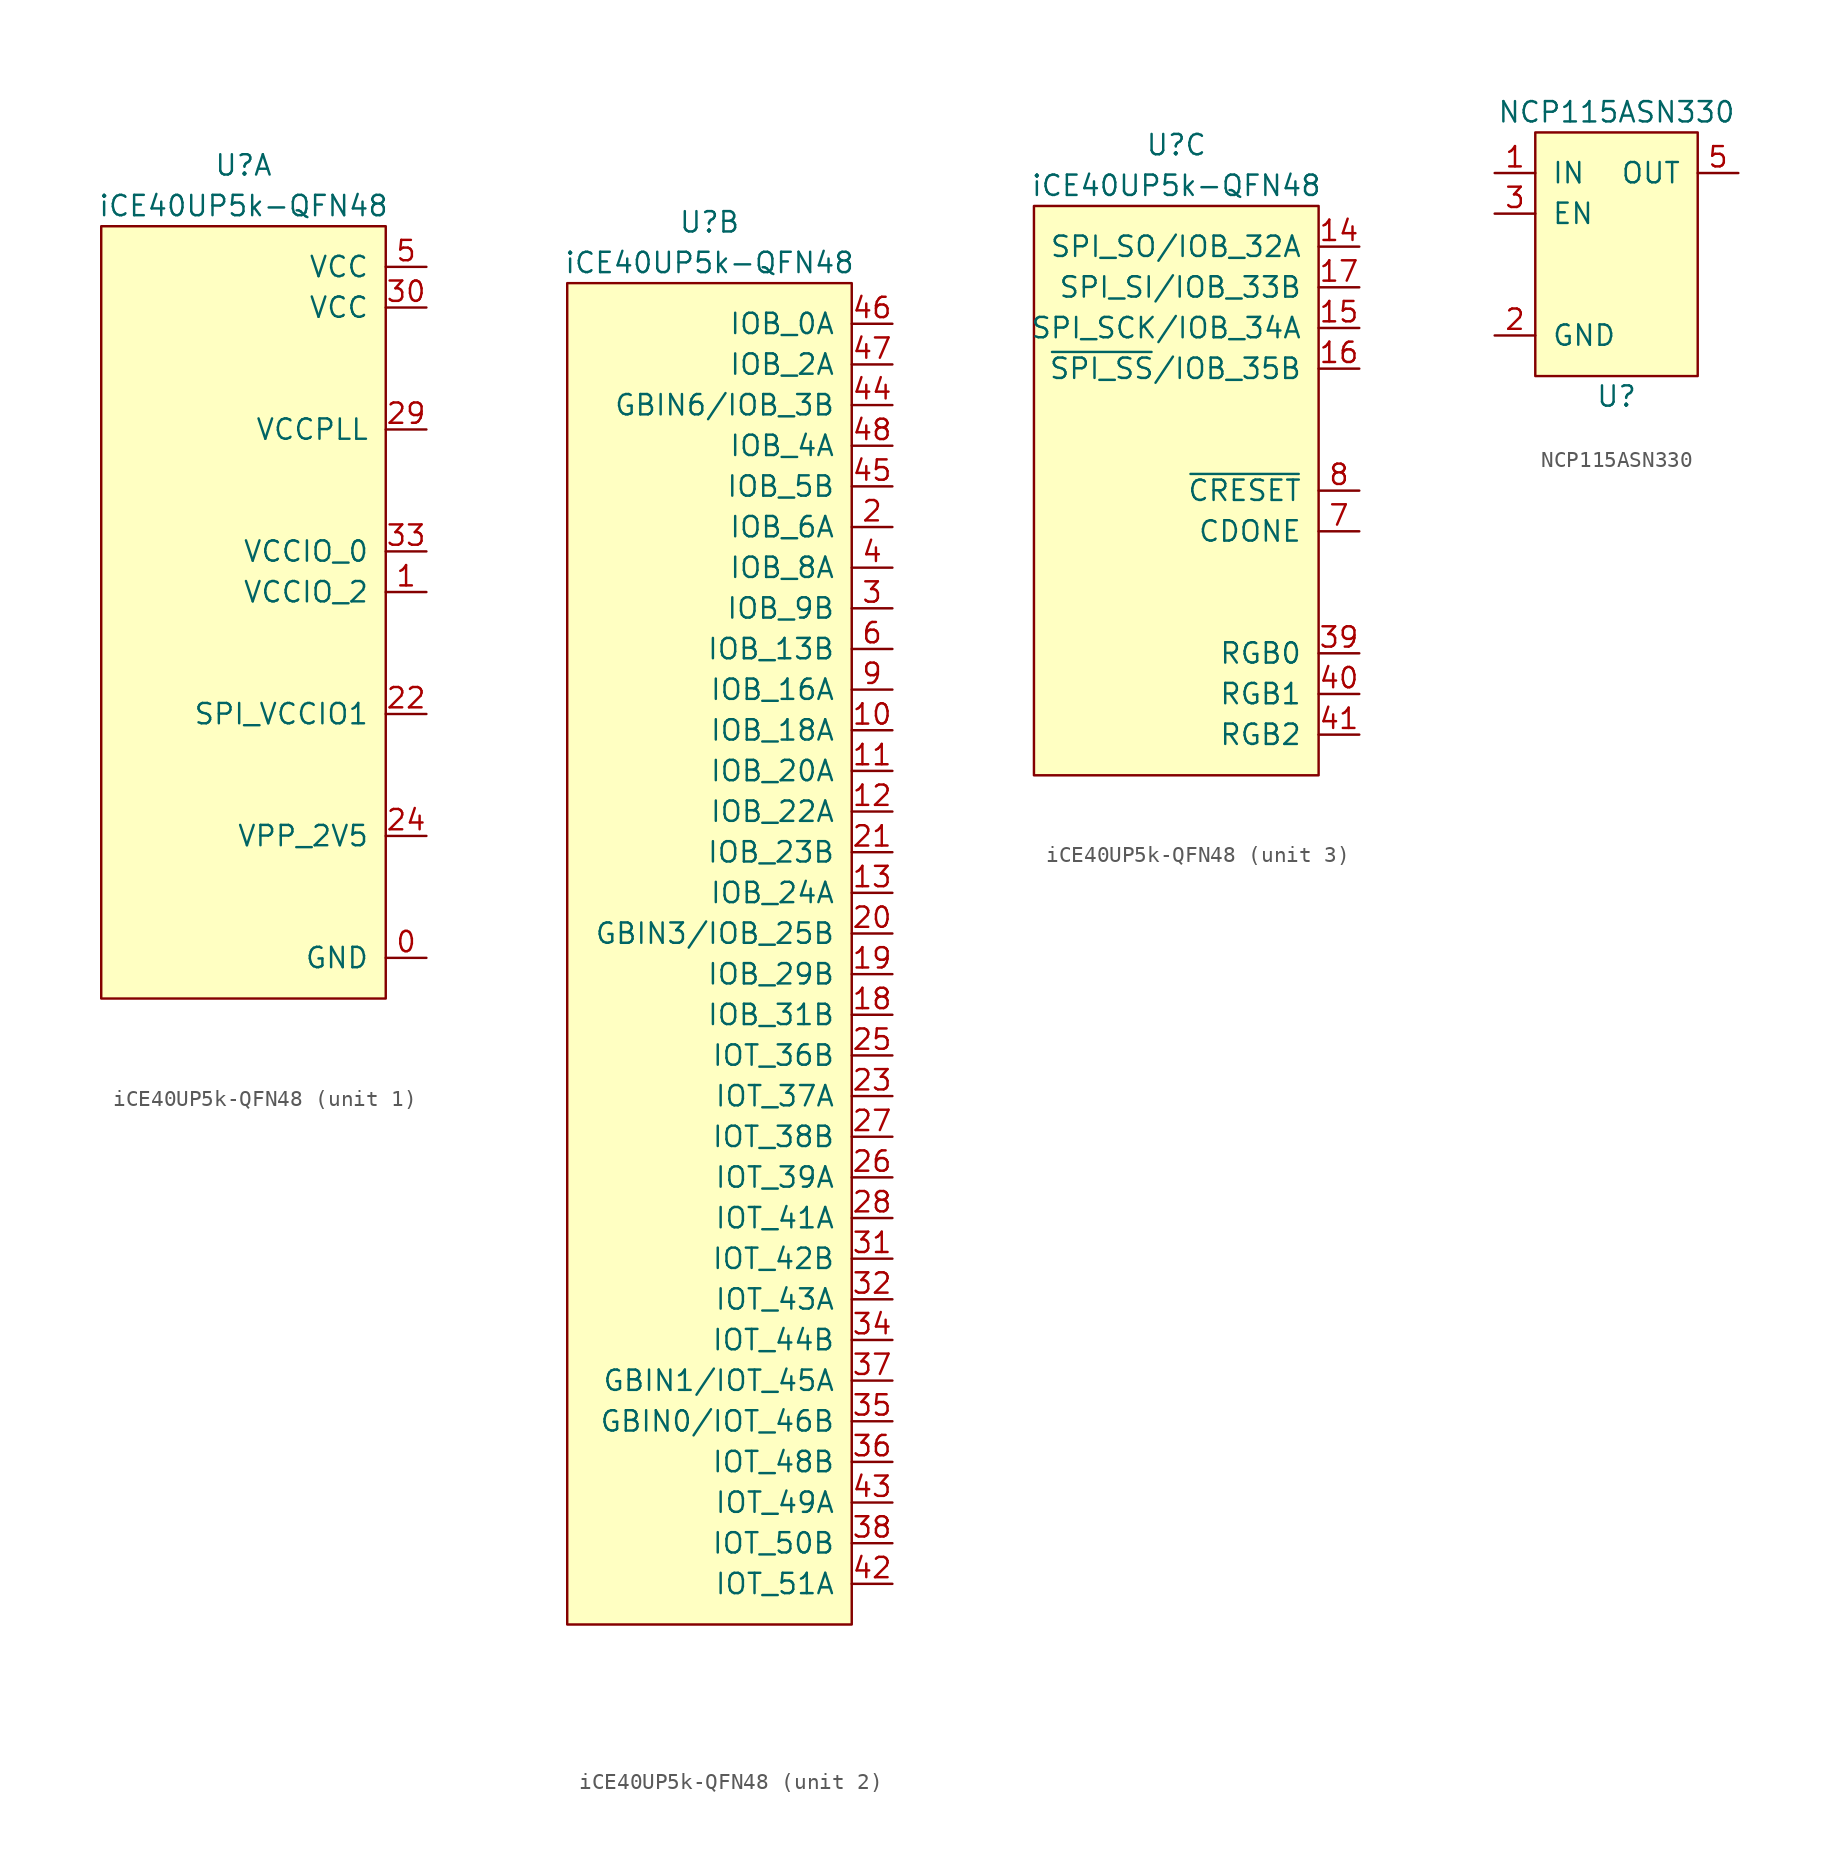
<source format=kicad_sym>
(kicad_symbol_lib
  (version 20231120)
  (generator "kicad_symbol_editor")
  (generator_version "8.0")
  (symbol "iCE40UP5k-QFN48"
    (pin_names
      (offset 1.016))
    (property "Reference" "U"
      (at 0 3.81 0)
      (effects (font (size 1.27 1.27))))
    (property "Value" "iCE40UP5k-QFN48"
      (at 0 1.27 0)
      (effects (font (size 1.27 1.27))))
    (property "ki_locked" ""
      (at 0 0 0)
      (effects (font (size 1.27 1.27))))
    (symbol "iCE40UP5k-QFN48_1_1"
      (rectangle (start -8.89 0) (end 8.89 -48.26) (stroke (width 0) (type solid)) (fill (type background)))
      (pin passive line (at 11.43 -45.72 180) (length 2.54) (name "GND" (effects (font (size 1.27 1.27)))) (number "0" (effects (font (size 1.27 1.27)))))
      (pin power_in line (at 11.43 -22.86 180) (length 2.54) (name "VCCIO_2" (effects (font (size 1.27 1.27)))) (number "1" (effects (font (size 1.27 1.27)))))
      (pin power_in line (at 11.43 -30.48 180) (length 2.54) (name "SPI_VCCIO1" (effects (font (size 1.27 1.27)))) (number "22" (effects (font (size 1.27 1.27)))))
      (pin power_in line (at 11.43 -38.1 180) (length 2.54) (name "VPP_2V5" (effects (font (size 1.27 1.27)))) (number "24" (effects (font (size 1.27 1.27)))))
      (pin power_in line (at 11.43 -12.7 180) (length 2.54) (name "VCCPLL" (effects (font (size 1.27 1.27)))) (number "29" (effects (font (size 1.27 1.27)))))
      (pin power_in line (at 11.43 -5.08 180) (length 2.54) (name "VCC" (effects (font (size 1.27 1.27)))) (number "30" (effects (font (size 1.27 1.27)))))
      (pin power_in line (at 11.43 -20.32 180) (length 2.54) (name "VCCIO_0" (effects (font (size 1.27 1.27)))) (number "33" (effects (font (size 1.27 1.27)))))
      (pin power_in line (at 11.43 -2.54 180) (length 2.54) (name "VCC" (effects (font (size 1.27 1.27)))) (number "5" (effects (font (size 1.27 1.27))))))
    (symbol "iCE40UP5k-QFN48_2_1"
      (rectangle (start -8.89 0) (end 8.89 -83.82) (stroke (width 0) (type solid)) (fill (type background)))
      (pin bidirectional line (at 11.43 -27.94 180) (length 2.54) (name "IOB_18A" (effects (font (size 1.27 1.27)))) (number "10" (effects (font (size 1.27 1.27)))))
      (pin bidirectional line (at 11.43 -30.48 180) (length 2.54) (name "IOB_20A" (effects (font (size 1.27 1.27)))) (number "11" (effects (font (size 1.27 1.27)))))
      (pin bidirectional line (at 11.43 -33.02 180) (length 2.54) (name "IOB_22A" (effects (font (size 1.27 1.27)))) (number "12" (effects (font (size 1.27 1.27)))))
      (pin bidirectional line (at 11.43 -38.1 180) (length 2.54) (name "IOB_24A" (effects (font (size 1.27 1.27)))) (number "13" (effects (font (size 1.27 1.27)))))
      (pin bidirectional line (at 11.43 -45.72 180) (length 2.54) (name "IOB_31B" (effects (font (size 1.27 1.27)))) (number "18" (effects (font (size 1.27 1.27)))))
      (pin bidirectional line (at 11.43 -43.18 180) (length 2.54) (name "IOB_29B" (effects (font (size 1.27 1.27)))) (number "19" (effects (font (size 1.27 1.27)))))
      (pin bidirectional line (at 11.43 -15.24 180) (length 2.54) (name "IOB_6A" (effects (font (size 1.27 1.27)))) (number "2" (effects (font (size 1.27 1.27)))))
      (pin bidirectional line (at 11.43 -40.64 180) (length 2.54) (name "GBIN3/IOB_25B" (effects (font (size 1.27 1.27)))) (number "20" (effects (font (size 1.27 1.27)))))
      (pin bidirectional line (at 11.43 -35.56 180) (length 2.54) (name "IOB_23B" (effects (font (size 1.27 1.27)))) (number "21" (effects (font (size 1.27 1.27)))))
      (pin bidirectional line (at 11.43 -50.8 180) (length 2.54) (name "IOT_37A" (effects (font (size 1.27 1.27)))) (number "23" (effects (font (size 1.27 1.27)))))
      (pin bidirectional line (at 11.43 -48.26 180) (length 2.54) (name "IOT_36B" (effects (font (size 1.27 1.27)))) (number "25" (effects (font (size 1.27 1.27)))))
      (pin bidirectional line (at 11.43 -55.88 180) (length 2.54) (name "IOT_39A" (effects (font (size 1.27 1.27)))) (number "26" (effects (font (size 1.27 1.27)))))
      (pin bidirectional line (at 11.43 -53.34 180) (length 2.54) (name "IOT_38B" (effects (font (size 1.27 1.27)))) (number "27" (effects (font (size 1.27 1.27)))))
      (pin bidirectional line (at 11.43 -58.42 180) (length 2.54) (name "IOT_41A" (effects (font (size 1.27 1.27)))) (number "28" (effects (font (size 1.27 1.27)))))
      (pin bidirectional line (at 11.43 -20.32 180) (length 2.54) (name "IOB_9B" (effects (font (size 1.27 1.27)))) (number "3" (effects (font (size 1.27 1.27)))))
      (pin bidirectional line (at 11.43 -60.96 180) (length 2.54) (name "IOT_42B" (effects (font (size 1.27 1.27)))) (number "31" (effects (font (size 1.27 1.27)))))
      (pin bidirectional line (at 11.43 -63.5 180) (length 2.54) (name "IOT_43A" (effects (font (size 1.27 1.27)))) (number "32" (effects (font (size 1.27 1.27)))))
      (pin bidirectional line (at 11.43 -66.04 180) (length 2.54) (name "IOT_44B" (effects (font (size 1.27 1.27)))) (number "34" (effects (font (size 1.27 1.27)))))
      (pin bidirectional line (at 11.43 -71.12 180) (length 2.54) (name "GBIN0/IOT_46B" (effects (font (size 1.27 1.27)))) (number "35" (effects (font (size 1.27 1.27)))))
      (pin bidirectional line (at 11.43 -73.66 180) (length 2.54) (name "IOT_48B" (effects (font (size 1.27 1.27)))) (number "36" (effects (font (size 1.27 1.27)))))
      (pin bidirectional line (at 11.43 -68.58 180) (length 2.54) (name "GBIN1/IOT_45A" (effects (font (size 1.27 1.27)))) (number "37" (effects (font (size 1.27 1.27)))))
      (pin bidirectional line (at 11.43 -78.74 180) (length 2.54) (name "IOT_50B" (effects (font (size 1.27 1.27)))) (number "38" (effects (font (size 1.27 1.27)))))
      (pin bidirectional line (at 11.43 -17.78 180) (length 2.54) (name "IOB_8A" (effects (font (size 1.27 1.27)))) (number "4" (effects (font (size 1.27 1.27)))))
      (pin bidirectional line (at 11.43 -81.28 180) (length 2.54) (name "IOT_51A" (effects (font (size 1.27 1.27)))) (number "42" (effects (font (size 1.27 1.27)))))
      (pin bidirectional line (at 11.43 -76.2 180) (length 2.54) (name "IOT_49A" (effects (font (size 1.27 1.27)))) (number "43" (effects (font (size 1.27 1.27)))))
      (pin bidirectional line (at 11.43 -7.62 180) (length 2.54) (name "GBIN6/IOB_3B" (effects (font (size 1.27 1.27)))) (number "44" (effects (font (size 1.27 1.27)))))
      (pin bidirectional line (at 11.43 -12.7 180) (length 2.54) (name "IOB_5B" (effects (font (size 1.27 1.27)))) (number "45" (effects (font (size 1.27 1.27)))))
      (pin bidirectional line (at 11.43 -2.54 180) (length 2.54) (name "IOB_0A" (effects (font (size 1.27 1.27)))) (number "46" (effects (font (size 1.27 1.27)))))
      (pin bidirectional line (at 11.43 -5.08 180) (length 2.54) (name "IOB_2A" (effects (font (size 1.27 1.27)))) (number "47" (effects (font (size 1.27 1.27)))))
      (pin bidirectional line (at 11.43 -10.16 180) (length 2.54) (name "IOB_4A" (effects (font (size 1.27 1.27)))) (number "48" (effects (font (size 1.27 1.27)))))
      (pin bidirectional line (at 11.43 -22.86 180) (length 2.54) (name "IOB_13B" (effects (font (size 1.27 1.27)))) (number "6" (effects (font (size 1.27 1.27)))))
      (pin bidirectional line (at 11.43 -25.4 180) (length 2.54) (name "IOB_16A" (effects (font (size 1.27 1.27)))) (number "9" (effects (font (size 1.27 1.27))))))
    (symbol "iCE40UP5k-QFN48_3_1"
      (rectangle (start -8.89 0) (end 8.89 -35.56) (stroke (width 0) (type solid)) (fill (type background)))
      (pin bidirectional line (at 11.43 -2.54 180) (length 2.54) (name "SPI_SO/IOB_32A" (effects (font (size 1.27 1.27)))) (number "14" (effects (font (size 1.27 1.27)))))
      (pin bidirectional line (at 11.43 -7.62 180) (length 2.54) (name "SPI_SCK/IOB_34A" (effects (font (size 1.27 1.27)))) (number "15" (effects (font (size 1.27 1.27)))))
      (pin bidirectional line (at 11.43 -10.16 180) (length 2.54) (name "~{SPI_SS}/IOB_35B" (effects (font (size 1.27 1.27)))) (number "16" (effects (font (size 1.27 1.27)))))
      (pin bidirectional line (at 11.43 -5.08 180) (length 2.54) (name "SPI_SI/IOB_33B" (effects (font (size 1.27 1.27)))) (number "17" (effects (font (size 1.27 1.27)))))
      (pin open_collector line (at 11.43 -27.94 180) (length 2.54) (name "RGB0" (effects (font (size 1.27 1.27)))) (number "39" (effects (font (size 1.27 1.27)))))
      (pin open_collector line (at 11.43 -30.48 180) (length 2.54) (name "RGB1" (effects (font (size 1.27 1.27)))) (number "40" (effects (font (size 1.27 1.27)))))
      (pin open_collector line (at 11.43 -33.02 180) (length 2.54) (name "RGB2" (effects (font (size 1.27 1.27)))) (number "41" (effects (font (size 1.27 1.27)))))
      (pin bidirectional line (at 11.43 -20.32 180) (length 2.54) (name "CDONE" (effects (font (size 1.27 1.27)))) (number "7" (effects (font (size 1.27 1.27)))))
      (pin input line (at 11.43 -17.78 180) (length 2.54) (name "~{CRESET}" (effects (font (size 1.27 1.27)))) (number "8" (effects (font (size 1.27 1.27)))))))
  (symbol "NCP115ASN330"
    (pin_names
      (offset 1.016))
    (property "Reference" "U"
      (at 0 -10.16 0)
      (effects (font (size 1.27 1.27))))
    (property "Value" "NCP115ASN330"
      (at 0 7.62 0)
      (effects (font (size 1.27 1.27))))
    (symbol "NCP115ASN330_0_1"
      (rectangle (start -5.08 6.35) (end 5.08 -8.89) (stroke (width 0) (type solid)) (fill (type background))))
    (symbol "NCP115ASN330_1_1"
      (pin power_in line (at -7.62 3.81 0) (length 2.54) (name "IN" (effects (font (size 1.27 1.27)))) (number "1" (effects (font (size 1.27 1.27)))))
      (pin passive line (at -7.62 -6.35 0) (length 2.54) (name "GND" (effects (font (size 1.27 1.27)))) (number "2" (effects (font (size 1.27 1.27)))))
      (pin input line (at -7.62 1.27 0) (length 2.54) (name "EN" (effects (font (size 1.27 1.27)))) (number "3" (effects (font (size 1.27 1.27)))))
      (pin power_out line (at 7.62 3.81 180) (length 2.54) (name "OUT" (effects (font (size 1.27 1.27)))) (number "5" (effects (font (size 1.27 1.27))))))))
</source>
